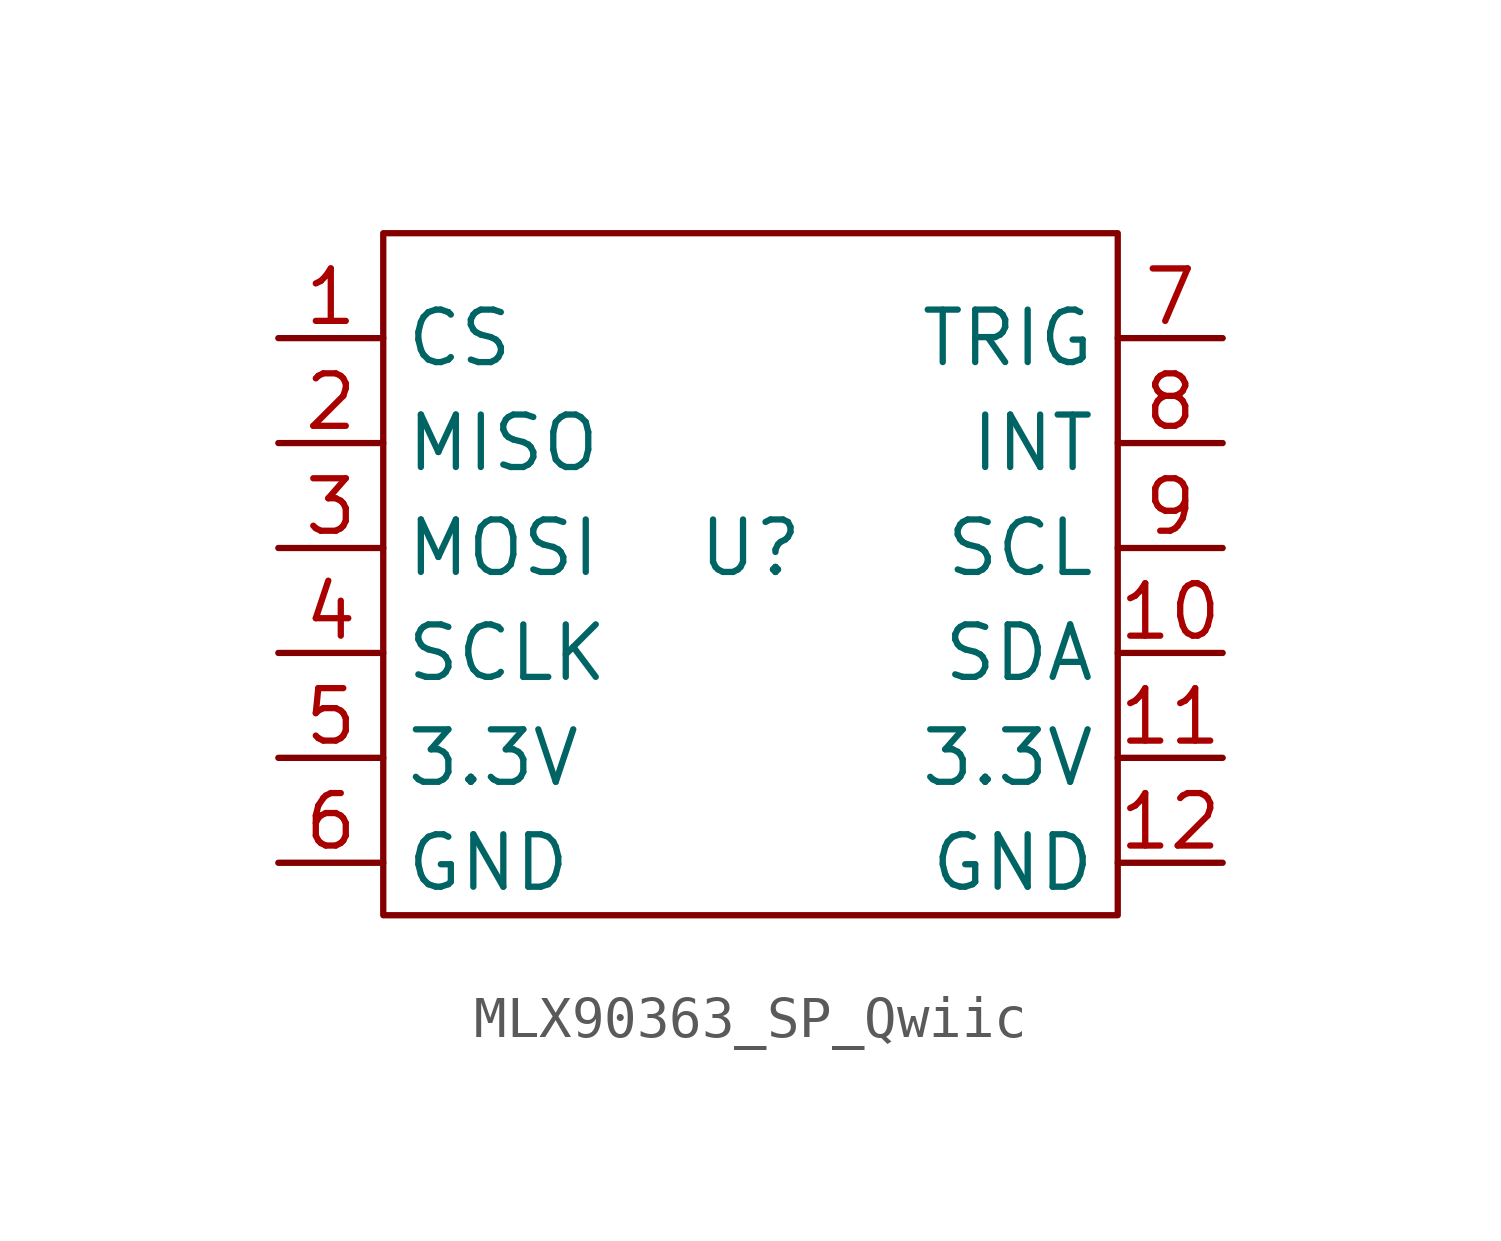
<source format=kicad_sym>
(kicad_symbol_lib
  (version 20231120)
  (generator "kicad_symbol_editor")
  (generator_version "8.0")
  (symbol "MLX90363_SP_Qwiic"
    (property "Reference" "U"
      (at 0 0 0)
      (effects (font (size 1.27 1.27))))
    (property "Value" ""
      (at 0 0 0)
      (effects (font (size 1.27 1.27))))
    (symbol "MLX90363_SP_Qwiic_0_1"
      (rectangle (start -8.89 7.62) (end 8.89 -8.89) (stroke (width 0) (type default)) (fill (type none))))
    (symbol "MLX90363_SP_Qwiic_1_1"
      (pin input line (at -11.43 5.08 0) (length 2.54) (name "CS" (effects (font (size 1.27 1.27)))) (number "1" (effects (font (size 1.27 1.27)))))
      (pin input line (at 11.43 -2.54 180) (length 2.54) (name "SDA" (effects (font (size 1.27 1.27)))) (number "10" (effects (font (size 1.27 1.27)))))
      (pin input line (at 11.43 -5.08 180) (length 2.54) (name "3.3V" (effects (font (size 1.27 1.27)))) (number "11" (effects (font (size 1.27 1.27)))))
      (pin input line (at 11.43 -7.62 180) (length 2.54) (name "GND" (effects (font (size 1.27 1.27)))) (number "12" (effects (font (size 1.27 1.27)))))
      (pin input line (at -11.43 2.54 0) (length 2.54) (name "MISO" (effects (font (size 1.27 1.27)))) (number "2" (effects (font (size 1.27 1.27)))))
      (pin input line (at -11.43 0 0) (length 2.54) (name "MOSI" (effects (font (size 1.27 1.27)))) (number "3" (effects (font (size 1.27 1.27)))))
      (pin input line (at -11.43 -2.54 0) (length 2.54) (name "SCLK" (effects (font (size 1.27 1.27)))) (number "4" (effects (font (size 1.27 1.27)))))
      (pin input line (at -11.43 -5.08 0) (length 2.54) (name "3.3V" (effects (font (size 1.27 1.27)))) (number "5" (effects (font (size 1.27 1.27)))))
      (pin input line (at -11.43 -7.62 0) (length 2.54) (name "GND" (effects (font (size 1.27 1.27)))) (number "6" (effects (font (size 1.27 1.27)))))
      (pin input line (at 11.43 5.08 180) (length 2.54) (name "TRIG" (effects (font (size 1.27 1.27)))) (number "7" (effects (font (size 1.27 1.27)))))
      (pin input line (at 11.43 2.54 180) (length 2.54) (name "INT" (effects (font (size 1.27 1.27)))) (number "8" (effects (font (size 1.27 1.27)))))
      (pin input line (at 11.43 0 180) (length 2.54) (name "SCL" (effects (font (size 1.27 1.27)))) (number "9" (effects (font (size 1.27 1.27))))))))
</source>
